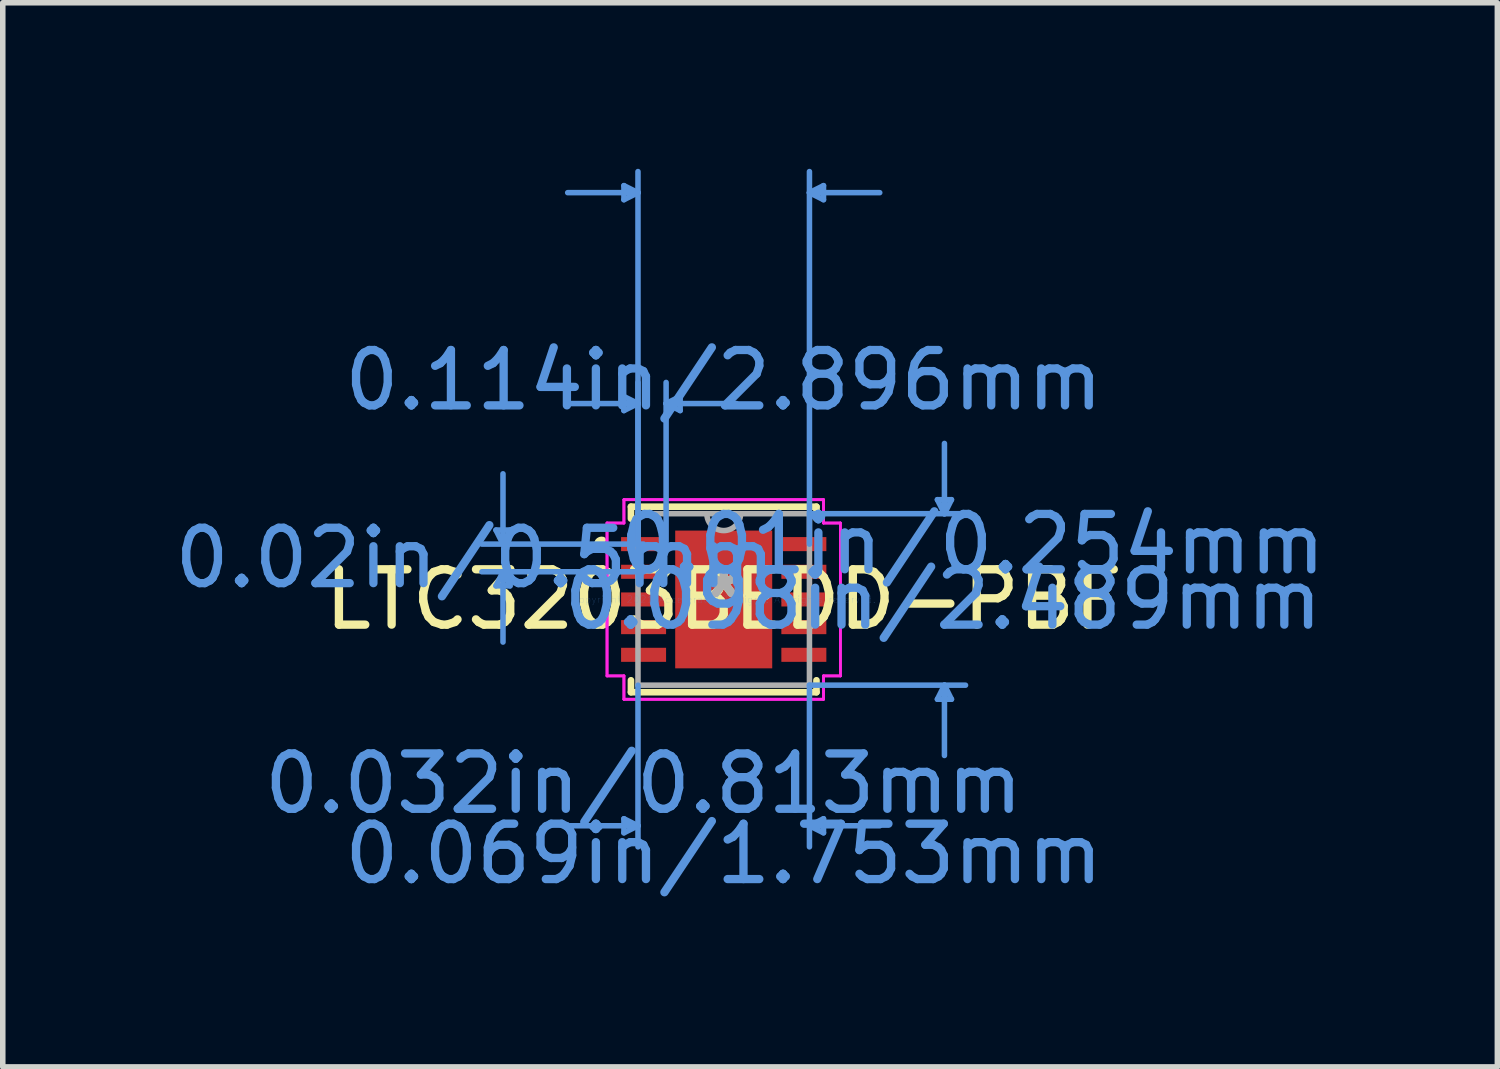
<source format=kicad_pcb>
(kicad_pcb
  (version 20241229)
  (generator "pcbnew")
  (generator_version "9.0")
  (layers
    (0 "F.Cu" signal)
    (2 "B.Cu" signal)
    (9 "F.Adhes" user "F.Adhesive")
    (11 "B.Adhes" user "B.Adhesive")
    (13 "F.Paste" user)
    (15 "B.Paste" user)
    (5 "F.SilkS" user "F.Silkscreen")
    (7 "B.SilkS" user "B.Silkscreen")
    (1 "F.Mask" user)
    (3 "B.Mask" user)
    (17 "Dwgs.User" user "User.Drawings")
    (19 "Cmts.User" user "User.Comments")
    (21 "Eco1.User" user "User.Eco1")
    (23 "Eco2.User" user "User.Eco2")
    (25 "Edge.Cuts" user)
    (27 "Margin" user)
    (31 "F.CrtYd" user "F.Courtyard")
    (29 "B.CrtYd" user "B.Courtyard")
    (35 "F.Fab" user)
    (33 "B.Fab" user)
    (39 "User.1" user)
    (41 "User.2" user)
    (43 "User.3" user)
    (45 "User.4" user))
  (footprint "LTC3203BEDD-PBF"
    (layer "F.Cu")
    (at 10.026 7.781)
    (property "Reference" "LTC3203BEDD-PBF" (at 0 0 0) (layer "F.SilkS") (effects (font (size 1 1) (thickness 0.15))))
    (attr through_hole)
    (fp_line (start -1.676 -1.676) (end -1.676 -1.46) (stroke (width 0.12) (type solid)) (layer "F.SilkS"))
    (fp_line (start -1.676 1.46) (end -1.676 1.676) (stroke (width 0.12) (type solid)) (layer "F.SilkS"))
    (fp_line (start -1.676 1.676) (end 1.676 1.676) (stroke (width 0.12) (type solid)) (layer "F.SilkS"))
    (fp_line (start 1.676 -1.676) (end -1.676 -1.676) (stroke (width 0.12) (type solid)) (layer "F.SilkS"))
    (fp_line (start 1.676 -1.46) (end 1.676 -1.676) (stroke (width 0.12) (type solid)) (layer "F.SilkS"))
    (fp_line (start 1.676 1.676) (end 1.676 1.46) (stroke (width 0.12) (type solid)) (layer "F.SilkS"))
    (fp_arc (start -2.18694 -0.926171) (mid -2.282 -1) (end -2.18694 -1.073829) (stroke (width 0.12) (type solid)) (layer "F.SilkS"))
    (fp_line (start -4.115 -1.254) (end -3.861 -1.254) (stroke (width 0.1) (type solid)) (layer "Cmts.User"))
    (fp_line (start -4.115 -0.246) (end -3.861 -0.246) (stroke (width 0.1) (type solid)) (layer "Cmts.User"))
    (fp_line (start -3.988 -1) (end -4.115 -1.254) (stroke (width 0.1) (type solid)) (layer "Cmts.User"))
    (fp_line (start -3.988 -1) (end -3.988 -2.27) (stroke (width 0.1) (type solid)) (layer "Cmts.User"))
    (fp_line (start -3.988 -1) (end -3.861 -1.254) (stroke (width 0.1) (type solid)) (layer "Cmts.User"))
    (fp_line (start -3.988 -0.5) (end -4.115 -0.246) (stroke (width 0.1) (type solid)) (layer "Cmts.User"))
    (fp_line (start -3.988 -0.5) (end -3.988 0.77) (stroke (width 0.1) (type solid)) (layer "Cmts.User"))
    (fp_line (start -3.988 -0.5) (end -3.861 -0.246) (stroke (width 0.1) (type solid)) (layer "Cmts.User"))
    (fp_line (start -1.803 -7.477) (end -1.803 -7.223) (stroke (width 0.1) (type solid)) (layer "Cmts.User"))
    (fp_line (start -1.803 -3.667) (end -1.803 -3.413) (stroke (width 0.1) (type solid)) (layer "Cmts.User"))
    (fp_line (start -1.803 3.962) (end -1.803 4.216) (stroke (width 0.1) (type solid)) (layer "Cmts.User"))
    (fp_line (start -1.549 -7.35) (end -2.819 -7.35) (stroke (width 0.1) (type solid)) (layer "Cmts.User"))
    (fp_line (start -1.549 -7.35) (end -1.803 -7.477) (stroke (width 0.1) (type solid)) (layer "Cmts.User"))
    (fp_line (start -1.549 -7.35) (end -1.803 -7.223) (stroke (width 0.1) (type solid)) (layer "Cmts.User"))
    (fp_line (start -1.549 -3.54) (end -2.819 -3.54) (stroke (width 0.1) (type solid)) (layer "Cmts.User"))
    (fp_line (start -1.549 -3.54) (end -1.803 -3.667) (stroke (width 0.1) (type solid)) (layer "Cmts.User"))
    (fp_line (start -1.549 -3.54) (end -1.803 -3.413) (stroke (width 0.1) (type solid)) (layer "Cmts.User"))
    (fp_line (start -1.549 -1) (end -1.549 -7.731) (stroke (width 0.1) (type solid)) (layer "Cmts.User"))
    (fp_line (start -1.549 -1) (end -1.549 -3.921) (stroke (width 0.1) (type solid)) (layer "Cmts.User"))
    (fp_line (start -1.549 1.549) (end -1.549 4.47) (stroke (width 0.1) (type solid)) (layer "Cmts.User"))
    (fp_line (start -1.549 4.089) (end -2.819 4.089) (stroke (width 0.1) (type solid)) (layer "Cmts.User"))
    (fp_line (start -1.549 4.089) (end -1.803 3.962) (stroke (width 0.1) (type solid)) (layer "Cmts.User"))
    (fp_line (start -1.549 4.089) (end -1.803 4.216) (stroke (width 0.1) (type solid)) (layer "Cmts.User"))
    (fp_line (start -1.448 -1) (end -4.369 -1) (stroke (width 0.1) (type solid)) (layer "Cmts.User"))
    (fp_line (start -1.448 -0.5) (end -4.369 -0.5) (stroke (width 0.1) (type solid)) (layer "Cmts.User"))
    (fp_line (start -1.041 -3.54) (end -0.787 -3.667) (stroke (width 0.1) (type solid)) (layer "Cmts.User"))
    (fp_line (start -1.041 -3.54) (end -0.787 -3.413) (stroke (width 0.1) (type solid)) (layer "Cmts.User"))
    (fp_line (start -1.041 -3.54) (end 0.229 -3.54) (stroke (width 0.1) (type solid)) (layer "Cmts.User"))
    (fp_line (start -1.041 -1) (end -1.041 -3.921) (stroke (width 0.1) (type solid)) (layer "Cmts.User"))
    (fp_line (start -0.787 -3.667) (end -0.787 -3.413) (stroke (width 0.1) (type solid)) (layer "Cmts.User"))
    (fp_line (start 1.549 -7.35) (end 1.803 -7.477) (stroke (width 0.1) (type solid)) (layer "Cmts.User"))
    (fp_line (start 1.549 -7.35) (end 1.803 -7.223) (stroke (width 0.1) (type solid)) (layer "Cmts.User"))
    (fp_line (start 1.549 -7.35) (end 2.819 -7.35) (stroke (width 0.1) (type solid)) (layer "Cmts.User"))
    (fp_line (start 1.549 -1.549) (end 4.369 -1.549) (stroke (width 0.1) (type solid)) (layer "Cmts.User"))
    (fp_line (start 1.549 -1) (end 1.549 -7.731) (stroke (width 0.1) (type solid)) (layer "Cmts.User"))
    (fp_line (start 1.549 1.549) (end 1.549 4.47) (stroke (width 0.1) (type solid)) (layer "Cmts.User"))
    (fp_line (start 1.549 1.549) (end 4.369 1.549) (stroke (width 0.1) (type solid)) (layer "Cmts.User"))
    (fp_line (start 1.549 4.089) (end 1.803 3.962) (stroke (width 0.1) (type solid)) (layer "Cmts.User"))
    (fp_line (start 1.549 4.089) (end 1.803 4.216) (stroke (width 0.1) (type solid)) (layer "Cmts.User"))
    (fp_line (start 1.549 4.089) (end 2.819 4.089) (stroke (width 0.1) (type solid)) (layer "Cmts.User"))
    (fp_line (start 1.803 -7.477) (end 1.803 -7.223) (stroke (width 0.1) (type solid)) (layer "Cmts.User"))
    (fp_line (start 1.803 3.962) (end 1.803 4.216) (stroke (width 0.1) (type solid)) (layer "Cmts.User"))
    (fp_line (start 3.861 -1.803) (end 4.115 -1.803) (stroke (width 0.1) (type solid)) (layer "Cmts.User"))
    (fp_line (start 3.861 1.803) (end 4.115 1.803) (stroke (width 0.1) (type solid)) (layer "Cmts.User"))
    (fp_line (start 3.988 -1.549) (end 3.861 -1.803) (stroke (width 0.1) (type solid)) (layer "Cmts.User"))
    (fp_line (start 3.988 -1.549) (end 3.988 -2.819) (stroke (width 0.1) (type solid)) (layer "Cmts.User"))
    (fp_line (start 3.988 -1.549) (end 4.115 -1.803) (stroke (width 0.1) (type solid)) (layer "Cmts.User"))
    (fp_line (start 3.988 1.549) (end 3.861 1.803) (stroke (width 0.1) (type solid)) (layer "Cmts.User"))
    (fp_line (start 3.988 1.549) (end 3.988 2.819) (stroke (width 0.1) (type solid)) (layer "Cmts.User"))
    (fp_line (start 3.988 1.549) (end 4.115 1.803) (stroke (width 0.1) (type solid)) (layer "Cmts.User"))
    (fp_line (start -2.108 -1.381) (end -1.803 -1.381) (stroke (width 0.05) (type solid)) (layer "F.CrtYd"))
    (fp_line (start -2.108 -1.381) (end -1.803 -1.381) (stroke (width 0.05) (type solid)) (layer "F.CrtYd"))
    (fp_line (start -2.108 1.381) (end -2.108 -1.381) (stroke (width 0.05) (type solid)) (layer "F.CrtYd"))
    (fp_line (start -2.108 1.381) (end -2.108 -1.381) (stroke (width 0.05) (type solid)) (layer "F.CrtYd"))
    (fp_line (start -2.108 1.381) (end -1.803 1.381) (stroke (width 0.05) (type solid)) (layer "F.CrtYd"))
    (fp_line (start -1.803 -1.803) (end 1.803 -1.803) (stroke (width 0.05) (type solid)) (layer "F.CrtYd"))
    (fp_line (start -1.803 -1.803) (end 1.803 -1.803) (stroke (width 0.05) (type solid)) (layer "F.CrtYd"))
    (fp_line (start -1.803 -1.381) (end -1.803 -1.803) (stroke (width 0.05) (type solid)) (layer "F.CrtYd"))
    (fp_line (start -1.803 -1.381) (end -1.803 -1.803) (stroke (width 0.05) (type solid)) (layer "F.CrtYd"))
    (fp_line (start -1.803 1.381) (end -2.108 1.381) (stroke (width 0.05) (type solid)) (layer "F.CrtYd"))
    (fp_line (start -1.803 1.803) (end -1.803 1.381) (stroke (width 0.05) (type solid)) (layer "F.CrtYd"))
    (fp_line (start -1.803 1.803) (end -1.803 1.381) (stroke (width 0.05) (type solid)) (layer "F.CrtYd"))
    (fp_line (start 1.803 -1.803) (end 1.803 -1.381) (stroke (width 0.05) (type solid)) (layer "F.CrtYd"))
    (fp_line (start 1.803 -1.803) (end 1.803 -1.381) (stroke (width 0.05) (type solid)) (layer "F.CrtYd"))
    (fp_line (start 1.803 -1.381) (end 2.108 -1.381) (stroke (width 0.05) (type solid)) (layer "F.CrtYd"))
    (fp_line (start 1.803 1.381) (end 1.803 1.803) (stroke (width 0.05) (type solid)) (layer "F.CrtYd"))
    (fp_line (start 1.803 1.381) (end 1.803 1.803) (stroke (width 0.05) (type solid)) (layer "F.CrtYd"))
    (fp_line (start 1.803 1.803) (end -1.803 1.803) (stroke (width 0.05) (type solid)) (layer "F.CrtYd"))
    (fp_line (start 1.803 1.803) (end -1.803 1.803) (stroke (width 0.05) (type solid)) (layer "F.CrtYd"))
    (fp_line (start 2.108 -1.381) (end 1.803 -1.381) (stroke (width 0.05) (type solid)) (layer "F.CrtYd"))
    (fp_line (start 2.108 -1.381) (end 2.108 1.381) (stroke (width 0.05) (type solid)) (layer "F.CrtYd"))
    (fp_line (start 2.108 -1.381) (end 2.108 1.381) (stroke (width 0.05) (type solid)) (layer "F.CrtYd"))
    (fp_line (start 2.108 1.381) (end 1.803 1.381) (stroke (width 0.05) (type solid)) (layer "F.CrtYd"))
    (fp_line (start 2.108 1.381) (end 1.803 1.381) (stroke (width 0.05) (type solid)) (layer "F.CrtYd"))
    (fp_line (start -1.549 -1.549) (end -1.549 1.549) (stroke (width 0.1) (type solid)) (layer "F.Fab"))
    (fp_line (start -1.549 1.549) (end 1.549 1.549) (stroke (width 0.1) (type solid)) (layer "F.Fab"))
    (fp_line (start 1.549 -1.549) (end -1.549 -1.549) (stroke (width 0.1) (type solid)) (layer "F.Fab"))
    (fp_line (start 1.549 1.549) (end 1.549 -1.549) (stroke (width 0.1) (type solid)) (layer "F.Fab"))
    (fp_arc (start 0.3048 -1.5494) (mid 0 -1.2446) (end -0.3048 -1.5494) (stroke (width 0.1) (type solid)) (layer "F.Fab"))
    (fp_text user "*" (at 0 0 0) (layer "F.SilkS") (effects (font (size 1 1) (thickness 0.15))))
    (fp_text user "0.069in/1.753mm" (at 0 4.597 0) (layer "Cmts.User") (effects (font (size 1 1) (thickness 0.15))))
    (fp_text user "0.098in/2.489mm" (at 3.962 0 0) (layer "Cmts.User") (effects (font (size 1 1) (thickness 0.15))))
    (fp_text user "0.032in/0.813mm" (at -1.448 3.327 0) (layer "Cmts.User") (effects (font (size 1 1) (thickness 0.15))))
    (fp_text user "0.01in/0.254mm" (at 4.496 -1 0) (layer "Cmts.User") (effects (font (size 1 1) (thickness 0.15))))
    (fp_text user "0.114in/2.896mm" (at 0 -3.962 0) (layer "Cmts.User") (effects (font (size 1 1) (thickness 0.15))))
    (fp_text user "Copyright 2021 Accelerated Designs. All rights reserved." (at 0 0 0) (layer "Cmts.User") (effects (font (size 0.127 0.127) (thickness 0.002))))
    (fp_text user "0.02in/0.5mm" (at -4.496 -0.75 0) (layer "Cmts.User") (effects (font (size 1 1) (thickness 0.15))))
    (fp_text user "*" (at 0 0 0) (layer "F.Fab") (effects (font (size 1 1) (thickness 0.15))))
    (pad "1" smd rect (at -1.448 -1) (size 0.813 0.254) (layers "F.Cu" "F.Mask" "F.Paste"))
    (pad "2" smd rect (at -1.448 -0.5) (size 0.813 0.254) (layers "F.Cu" "F.Mask" "F.Paste"))
    (pad "3" smd rect (at -1.448 0) (size 0.813 0.254) (layers "F.Cu" "F.Mask" "F.Paste"))
    (pad "4" smd rect (at -1.448 0.5) (size 0.813 0.254) (layers "F.Cu" "F.Mask" "F.Paste"))
    (pad "5" smd rect (at -1.448 1) (size 0.813 0.254) (layers "F.Cu" "F.Mask" "F.Paste"))
    (pad "6" smd rect (at 1.448 1) (size 0.813 0.254) (layers "F.Cu" "F.Mask" "F.Paste"))
    (pad "7" smd rect (at 1.448 0.5) (size 0.813 0.254) (layers "F.Cu" "F.Mask" "F.Paste"))
    (pad "8" smd rect (at 1.448 0) (size 0.813 0.254) (layers "F.Cu" "F.Mask" "F.Paste"))
    (pad "9" smd rect (at 1.448 -0.5) (size 0.813 0.254) (layers "F.Cu" "F.Mask" "F.Paste"))
    (pad "10" smd rect (at 1.448 -1) (size 0.813 0.254) (layers "F.Cu" "F.Mask" "F.Paste"))
    (pad "11" smd rect (at 0 0) (size 1.753 2.489) (layers "F.Cu" "F.Mask" "F.Paste")))
  (gr_rect
    (start -3 -3)
    (end 24.004 16.227)
    (stroke (width 0.1) (type default))
    (fill no)
    (layer "Edge.Cuts")))
</source>
